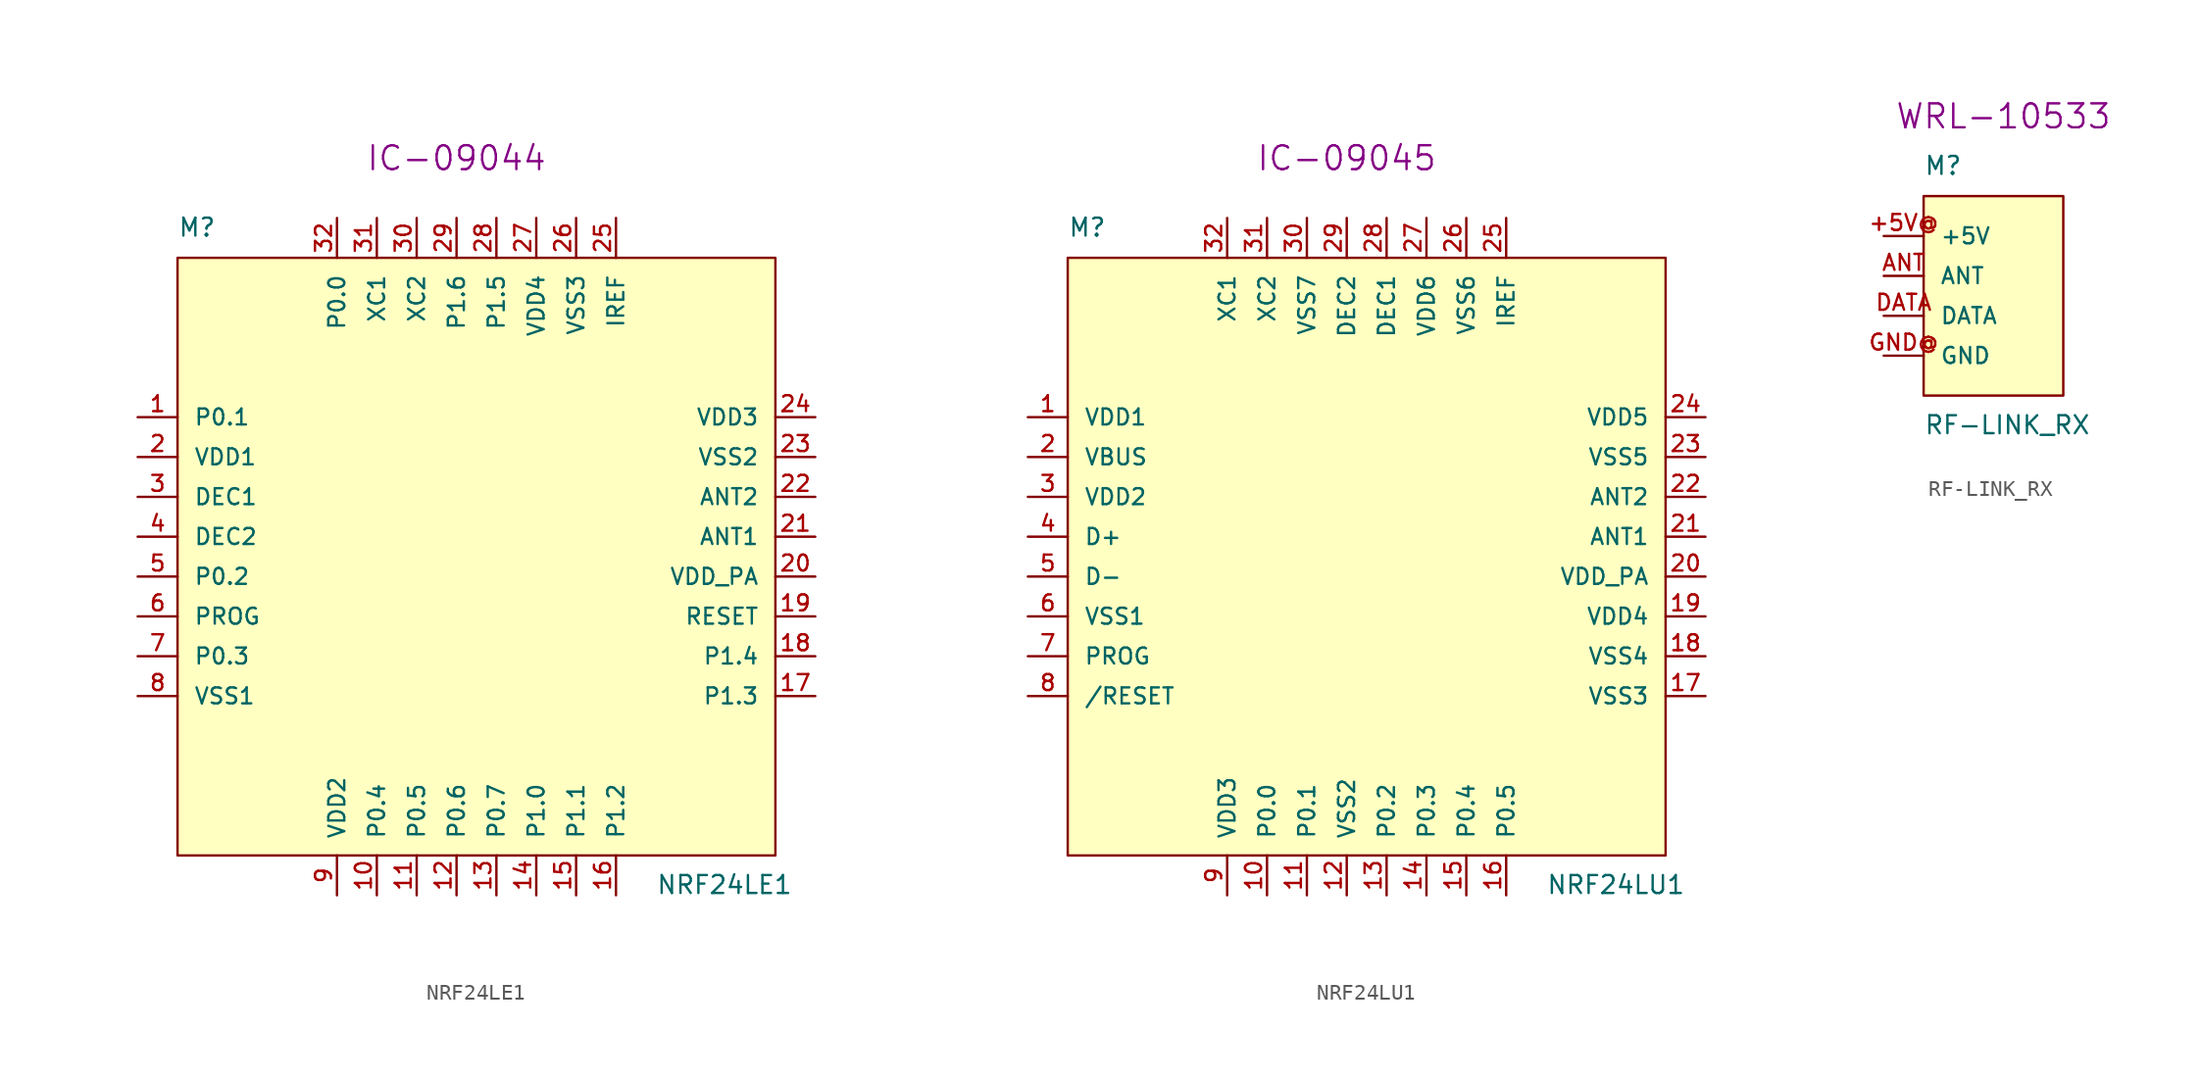
<source format=kicad_sym>
(kicad_symbol_lib
  (version 20201005)
  (generator kicad_symbol_editor)
  (symbol "NRF24LE1"
    (pin_names
      (offset 1.016))
    (property "Reference" "M"
      (at -17.78 19.05 0)
      (effects (font (size 1.143 1.143)) (justify left bottom)))
    (property "Value" "NRF24LE1"
      (at 12.7 -22.86 0)
      (effects (font (size 1.143 1.143)) (justify left bottom)))
    (property "Field4" "IC-09044"
      (at 0 24.13 0)
      (effects (font (size 1.524 1.524))))
    (property "ki_locked" ""
      (at 0 0 0)
      (effects (font (size 1.27 1.27))))
    (symbol "NRF24LE1_1_1"
      (polyline (pts (xy -17.78 -20.32) (xy 20.32 -20.32) (xy 20.32 17.78) (xy -17.78 17.78) (xy -17.78 -20.32)) (stroke (width 0)) (fill (type background)))
      (pin bidirectional line (at -20.32 7.62 0) (length 2.54) (name "P0.1" (effects (font (size 1.016 1.016)))) (number "1" (effects (font (size 1.016 1.016)))))
      (pin bidirectional line (at -20.32 5.08 0) (length 2.54) (name "VDD1" (effects (font (size 1.016 1.016)))) (number "2" (effects (font (size 1.016 1.016)))))
      (pin bidirectional line (at -20.32 2.54 0) (length 2.54) (name "DEC1" (effects (font (size 1.016 1.016)))) (number "3" (effects (font (size 1.016 1.016)))))
      (pin bidirectional line (at -20.32 0 0) (length 2.54) (name "DEC2" (effects (font (size 1.016 1.016)))) (number "4" (effects (font (size 1.016 1.016)))))
      (pin bidirectional line (at -20.32 -2.54 0) (length 2.54) (name "P0.2" (effects (font (size 1.016 1.016)))) (number "5" (effects (font (size 1.016 1.016)))))
      (pin bidirectional line (at -20.32 -5.08 0) (length 2.54) (name "PROG" (effects (font (size 1.016 1.016)))) (number "6" (effects (font (size 1.016 1.016)))))
      (pin bidirectional line (at -20.32 -7.62 0) (length 2.54) (name "P0.3" (effects (font (size 1.016 1.016)))) (number "7" (effects (font (size 1.016 1.016)))))
      (pin bidirectional line (at -20.32 -10.16 0) (length 2.54) (name "VSS1" (effects (font (size 1.016 1.016)))) (number "8" (effects (font (size 1.016 1.016)))))
      (pin bidirectional line (at -7.62 -22.86 90) (length 2.54) (name "VDD2" (effects (font (size 1.016 1.016)))) (number "9" (effects (font (size 1.016 1.016)))))
      (pin bidirectional line (at -5.08 -22.86 90) (length 2.54) (name "P0.4" (effects (font (size 1.016 1.016)))) (number "10" (effects (font (size 1.016 1.016)))))
      (pin bidirectional line (at 22.86 -2.54 180) (length 2.54) (name "VDD_PA" (effects (font (size 1.016 1.016)))) (number "20" (effects (font (size 1.016 1.016)))))
      (pin bidirectional line (at -2.54 20.32 270) (length 2.54) (name "XC2" (effects (font (size 1.016 1.016)))) (number "30" (effects (font (size 1.016 1.016)))))
      (pin bidirectional line (at -2.54 -22.86 90) (length 2.54) (name "P0.5" (effects (font (size 1.016 1.016)))) (number "11" (effects (font (size 1.016 1.016)))))
      (pin bidirectional line (at 22.86 0 180) (length 2.54) (name "ANT1" (effects (font (size 1.016 1.016)))) (number "21" (effects (font (size 1.016 1.016)))))
      (pin bidirectional line (at -5.08 20.32 270) (length 2.54) (name "XC1" (effects (font (size 1.016 1.016)))) (number "31" (effects (font (size 1.016 1.016)))))
      (pin bidirectional line (at 0 -22.86 90) (length 2.54) (name "P0.6" (effects (font (size 1.016 1.016)))) (number "12" (effects (font (size 1.016 1.016)))))
      (pin bidirectional line (at 22.86 2.54 180) (length 2.54) (name "ANT2" (effects (font (size 1.016 1.016)))) (number "22" (effects (font (size 1.016 1.016)))))
      (pin bidirectional line (at -7.62 20.32 270) (length 2.54) (name "P0.0" (effects (font (size 1.016 1.016)))) (number "32" (effects (font (size 1.016 1.016)))))
      (pin bidirectional line (at 2.54 -22.86 90) (length 2.54) (name "P0.7" (effects (font (size 1.016 1.016)))) (number "13" (effects (font (size 1.016 1.016)))))
      (pin bidirectional line (at 22.86 5.08 180) (length 2.54) (name "VSS2" (effects (font (size 1.016 1.016)))) (number "23" (effects (font (size 1.016 1.016)))))
      (pin bidirectional line (at 5.08 -22.86 90) (length 2.54) (name "P1.0" (effects (font (size 1.016 1.016)))) (number "14" (effects (font (size 1.016 1.016)))))
      (pin bidirectional line (at 22.86 7.62 180) (length 2.54) (name "VDD3" (effects (font (size 1.016 1.016)))) (number "24" (effects (font (size 1.016 1.016)))))
      (pin bidirectional line (at 7.62 -22.86 90) (length 2.54) (name "P1.1" (effects (font (size 1.016 1.016)))) (number "15" (effects (font (size 1.016 1.016)))))
      (pin bidirectional line (at 10.16 20.32 270) (length 2.54) (name "IREF" (effects (font (size 1.016 1.016)))) (number "25" (effects (font (size 1.016 1.016)))))
      (pin bidirectional line (at 10.16 -22.86 90) (length 2.54) (name "P1.2" (effects (font (size 1.016 1.016)))) (number "16" (effects (font (size 1.016 1.016)))))
      (pin bidirectional line (at 7.62 20.32 270) (length 2.54) (name "VSS3" (effects (font (size 1.016 1.016)))) (number "26" (effects (font (size 1.016 1.016)))))
      (pin bidirectional line (at 22.86 -10.16 180) (length 2.54) (name "P1.3" (effects (font (size 1.016 1.016)))) (number "17" (effects (font (size 1.016 1.016)))))
      (pin bidirectional line (at 5.08 20.32 270) (length 2.54) (name "VDD4" (effects (font (size 1.016 1.016)))) (number "27" (effects (font (size 1.016 1.016)))))
      (pin bidirectional line (at 22.86 -7.62 180) (length 2.54) (name "P1.4" (effects (font (size 1.016 1.016)))) (number "18" (effects (font (size 1.016 1.016)))))
      (pin bidirectional line (at 2.54 20.32 270) (length 2.54) (name "P1.5" (effects (font (size 1.016 1.016)))) (number "28" (effects (font (size 1.016 1.016)))))
      (pin bidirectional line (at 22.86 -5.08 180) (length 2.54) (name "RESET" (effects (font (size 1.016 1.016)))) (number "19" (effects (font (size 1.016 1.016)))))
      (pin bidirectional line (at 0 20.32 270) (length 2.54) (name "P1.6" (effects (font (size 1.016 1.016)))) (number "29" (effects (font (size 1.016 1.016)))))))
  (symbol "NRF24LU1"
    (pin_names
      (offset 1.016))
    (property "Reference" "M"
      (at -17.78 21.59 0)
      (effects (font (size 1.143 1.143)) (justify left bottom)))
    (property "Value" "NRF24LU1"
      (at 12.7 -20.32 0)
      (effects (font (size 1.143 1.143)) (justify left bottom)))
    (property "Field4" "IC-09045"
      (at 0 26.67 0)
      (effects (font (size 1.524 1.524))))
    (property "ki_locked" ""
      (at 0 0 0)
      (effects (font (size 1.27 1.27))))
    (symbol "NRF24LU1_1_0"
      (rectangle (start -17.78 20.32) (end 20.32 -17.78) (stroke (width 0)) (fill (type background))))
    (symbol "NRF24LU1_1_1"
      (pin bidirectional line (at -20.32 10.16 0) (length 2.54) (name "VDD1" (effects (font (size 1.016 1.016)))) (number "1" (effects (font (size 1.016 1.016)))))
      (pin bidirectional line (at -20.32 7.62 0) (length 2.54) (name "VBUS" (effects (font (size 1.016 1.016)))) (number "2" (effects (font (size 1.016 1.016)))))
      (pin bidirectional line (at -20.32 5.08 0) (length 2.54) (name "VDD2" (effects (font (size 1.016 1.016)))) (number "3" (effects (font (size 1.016 1.016)))))
      (pin bidirectional line (at -20.32 2.54 0) (length 2.54) (name "D+" (effects (font (size 1.016 1.016)))) (number "4" (effects (font (size 1.016 1.016)))))
      (pin bidirectional line (at -20.32 0 0) (length 2.54) (name "D-" (effects (font (size 1.016 1.016)))) (number "5" (effects (font (size 1.016 1.016)))))
      (pin bidirectional line (at -20.32 -2.54 0) (length 2.54) (name "VSS1" (effects (font (size 1.016 1.016)))) (number "6" (effects (font (size 1.016 1.016)))))
      (pin bidirectional line (at -20.32 -5.08 0) (length 2.54) (name "PROG" (effects (font (size 1.016 1.016)))) (number "7" (effects (font (size 1.016 1.016)))))
      (pin bidirectional line (at -20.32 -7.62 0) (length 2.54) (name "/RESET" (effects (font (size 1.016 1.016)))) (number "8" (effects (font (size 1.016 1.016)))))
      (pin bidirectional line (at -7.62 -20.32 90) (length 2.54) (name "VDD3" (effects (font (size 1.016 1.016)))) (number "9" (effects (font (size 1.016 1.016)))))
      (pin bidirectional line (at -5.08 -20.32 90) (length 2.54) (name "P0.0" (effects (font (size 1.016 1.016)))) (number "10" (effects (font (size 1.016 1.016)))))
      (pin bidirectional line (at 22.86 0 180) (length 2.54) (name "VDD_PA" (effects (font (size 1.016 1.016)))) (number "20" (effects (font (size 1.016 1.016)))))
      (pin bidirectional line (at -2.54 22.86 270) (length 2.54) (name "VSS7" (effects (font (size 1.016 1.016)))) (number "30" (effects (font (size 1.016 1.016)))))
      (pin bidirectional line (at -2.54 -20.32 90) (length 2.54) (name "P0.1" (effects (font (size 1.016 1.016)))) (number "11" (effects (font (size 1.016 1.016)))))
      (pin bidirectional line (at 22.86 2.54 180) (length 2.54) (name "ANT1" (effects (font (size 1.016 1.016)))) (number "21" (effects (font (size 1.016 1.016)))))
      (pin bidirectional line (at -5.08 22.86 270) (length 2.54) (name "XC2" (effects (font (size 1.016 1.016)))) (number "31" (effects (font (size 1.016 1.016)))))
      (pin bidirectional line (at 0 -20.32 90) (length 2.54) (name "VSS2" (effects (font (size 1.016 1.016)))) (number "12" (effects (font (size 1.016 1.016)))))
      (pin bidirectional line (at 22.86 5.08 180) (length 2.54) (name "ANT2" (effects (font (size 1.016 1.016)))) (number "22" (effects (font (size 1.016 1.016)))))
      (pin bidirectional line (at -7.62 22.86 270) (length 2.54) (name "XC1" (effects (font (size 1.016 1.016)))) (number "32" (effects (font (size 1.016 1.016)))))
      (pin bidirectional line (at 2.54 -20.32 90) (length 2.54) (name "P0.2" (effects (font (size 1.016 1.016)))) (number "13" (effects (font (size 1.016 1.016)))))
      (pin bidirectional line (at 22.86 7.62 180) (length 2.54) (name "VSS5" (effects (font (size 1.016 1.016)))) (number "23" (effects (font (size 1.016 1.016)))))
      (pin bidirectional line (at 5.08 -20.32 90) (length 2.54) (name "P0.3" (effects (font (size 1.016 1.016)))) (number "14" (effects (font (size 1.016 1.016)))))
      (pin bidirectional line (at 22.86 10.16 180) (length 2.54) (name "VDD5" (effects (font (size 1.016 1.016)))) (number "24" (effects (font (size 1.016 1.016)))))
      (pin bidirectional line (at 7.62 -20.32 90) (length 2.54) (name "P0.4" (effects (font (size 1.016 1.016)))) (number "15" (effects (font (size 1.016 1.016)))))
      (pin bidirectional line (at 10.16 22.86 270) (length 2.54) (name "IREF" (effects (font (size 1.016 1.016)))) (number "25" (effects (font (size 1.016 1.016)))))
      (pin bidirectional line (at 10.16 -20.32 90) (length 2.54) (name "P0.5" (effects (font (size 1.016 1.016)))) (number "16" (effects (font (size 1.016 1.016)))))
      (pin bidirectional line (at 7.62 22.86 270) (length 2.54) (name "VSS6" (effects (font (size 1.016 1.016)))) (number "26" (effects (font (size 1.016 1.016)))))
      (pin bidirectional line (at 22.86 -7.62 180) (length 2.54) (name "VSS3" (effects (font (size 1.016 1.016)))) (number "17" (effects (font (size 1.016 1.016)))))
      (pin bidirectional line (at 5.08 22.86 270) (length 2.54) (name "VDD6" (effects (font (size 1.016 1.016)))) (number "27" (effects (font (size 1.016 1.016)))))
      (pin bidirectional line (at 22.86 -5.08 180) (length 2.54) (name "VSS4" (effects (font (size 1.016 1.016)))) (number "18" (effects (font (size 1.016 1.016)))))
      (pin bidirectional line (at 2.54 22.86 270) (length 2.54) (name "DEC1" (effects (font (size 1.016 1.016)))) (number "28" (effects (font (size 1.016 1.016)))))
      (pin bidirectional line (at 22.86 -2.54 180) (length 2.54) (name "VDD4" (effects (font (size 1.016 1.016)))) (number "19" (effects (font (size 1.016 1.016)))))
      (pin bidirectional line (at 0 22.86 270) (length 2.54) (name "DEC2" (effects (font (size 1.016 1.016)))) (number "29" (effects (font (size 1.016 1.016)))))))
  (symbol "RF-LINK_RX"
    (pin_names
      (offset 1.016))
    (property "Reference" "M"
      (at -5.08 8.89 0)
      (effects (font (size 1.143 1.143)) (justify left bottom)))
    (property "Value" "RF-LINK_RX"
      (at -5.08 -7.62 0)
      (effects (font (size 1.143 1.143)) (justify left bottom)))
    (property "Field4" "WRL-10533"
      (at 0 12.7 0)
      (effects (font (size 1.524 1.524))))
    (property "ki_locked" ""
      (at 0 0 0)
      (effects (font (size 1.27 1.27))))
    (symbol "RF-LINK_RX_1_0"
      (rectangle (start -5.08 7.62) (end 3.81 -5.08) (stroke (width 0)) (fill (type background))))
    (symbol "RF-LINK_RX_1_1"
      (pin passive line (at -7.62 2.54 0) (length 2.54) (name "ANT" (effects (font (size 1.016 1.016)))) (number "ANT" (effects (font (size 1.016 1.016)))))
      (pin power_in line (at -7.62 -2.54 0) (length 2.54) (name "GND" (effects (font (size 1.016 1.016)))) (number "GND@" (effects (font (size 1.016 1.016)))))
      (pin power_in line (at -7.62 5.08 0) (length 2.54) (name "+5V" (effects (font (size 1.016 1.016)))) (number "+5V@" (effects (font (size 1.016 1.016)))))
      (pin input line (at -7.62 0 0) (length 2.54) (name "DATA" (effects (font (size 1.016 1.016)))) (number "DATA" (effects (font (size 1.016 1.016))))))))
</source>
